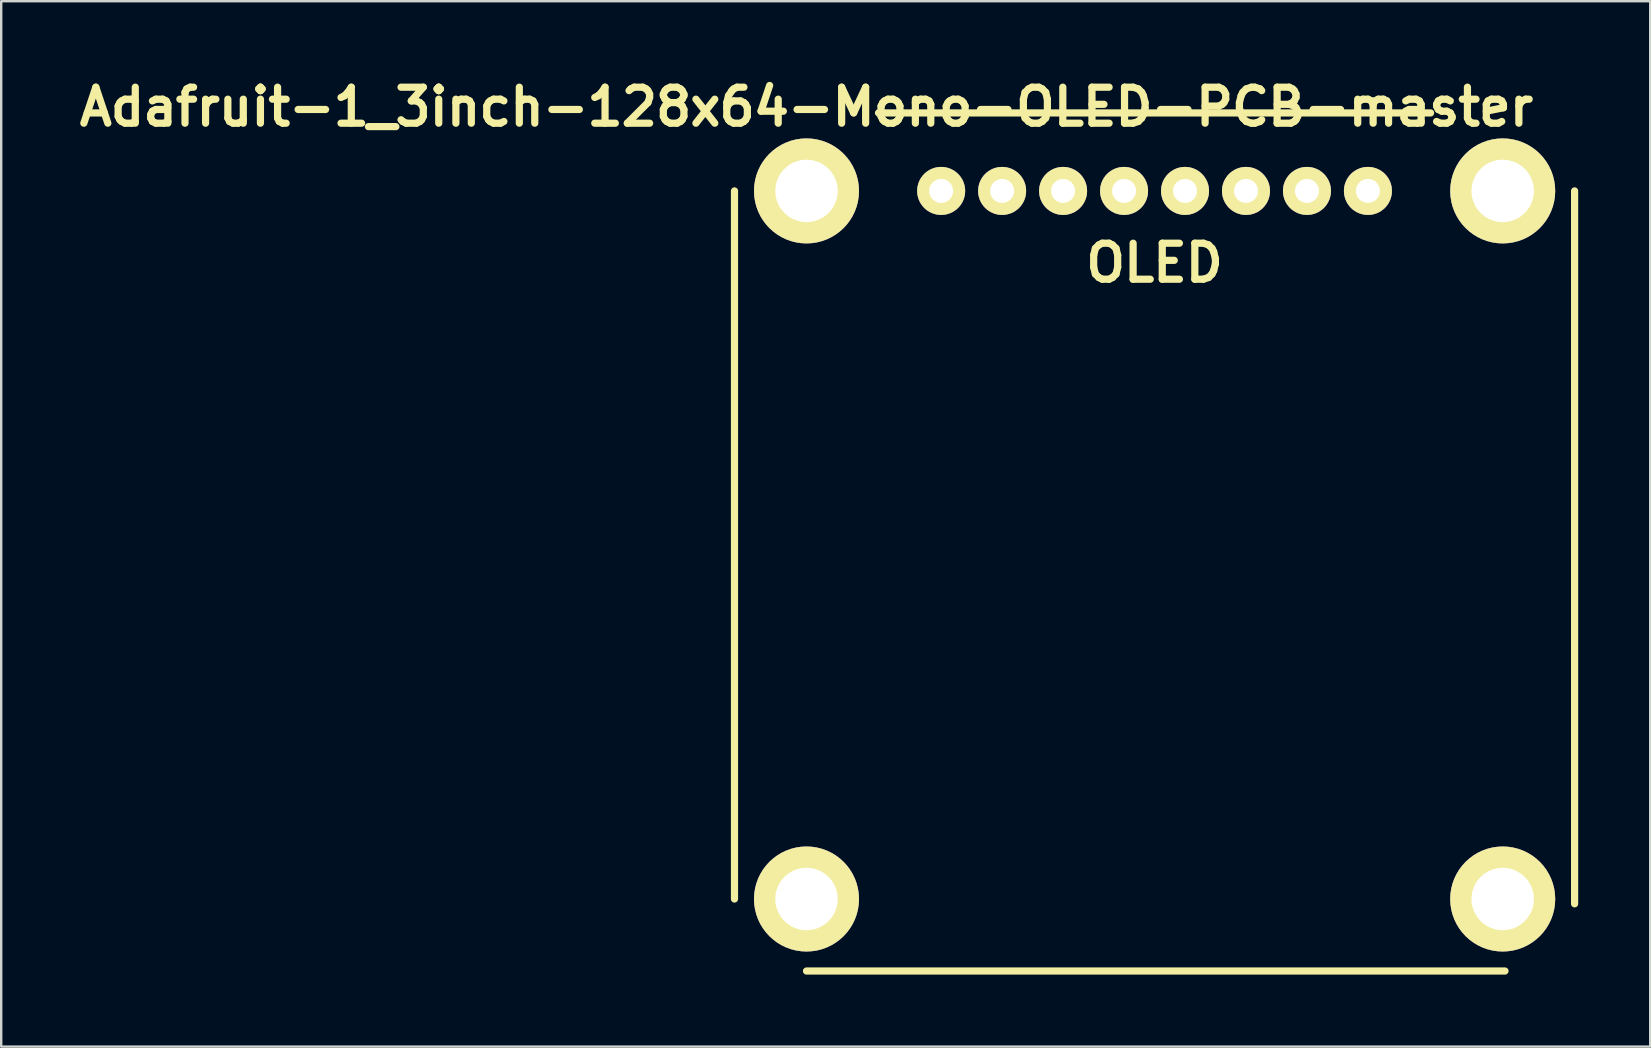
<source format=kicad_pcb>
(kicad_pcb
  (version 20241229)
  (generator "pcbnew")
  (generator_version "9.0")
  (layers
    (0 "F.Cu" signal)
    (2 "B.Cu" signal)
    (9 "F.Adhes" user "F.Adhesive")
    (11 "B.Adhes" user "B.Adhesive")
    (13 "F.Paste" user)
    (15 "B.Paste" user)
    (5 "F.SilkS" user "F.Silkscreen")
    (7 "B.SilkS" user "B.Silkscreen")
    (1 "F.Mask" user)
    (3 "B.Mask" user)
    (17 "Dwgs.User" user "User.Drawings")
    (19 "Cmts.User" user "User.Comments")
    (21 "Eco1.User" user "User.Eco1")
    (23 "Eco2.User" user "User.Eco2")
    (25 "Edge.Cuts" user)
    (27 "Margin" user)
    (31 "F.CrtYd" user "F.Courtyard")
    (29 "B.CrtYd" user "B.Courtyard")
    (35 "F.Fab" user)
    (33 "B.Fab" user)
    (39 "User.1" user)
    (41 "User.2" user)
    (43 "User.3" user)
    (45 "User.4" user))
  (footprint "Adafruit-1_3inch-128x64-Mono-OLED-PCB-master"
    (layer "F.Cu")
    (at 30.55 4.904)
    (property "Reference" "Adafruit-1_3inch-128x64-Mono-OLED-PCB-master" (at 0 -3.5 0) (layer "F.SilkS") (effects (font (size 1.5 1.5) (thickness 0.3))))
    (attr through_hole)
    (fp_line (start -3 0) (end -3 29.5) (stroke (width 0.3) (type solid)) (layer "F.SilkS"))
    (fp_line (start 0 32.5) (end 29.1 32.5) (stroke (width 0.3) (type solid)) (layer "F.SilkS"))
    (fp_line (start 3 -3.25) (end 26 -3.25) (stroke (width 0.3) (type solid)) (layer "F.SilkS"))
    (fp_line (start 32 0) (end 32 29.7) (stroke (width 0.3) (type solid)) (layer "F.SilkS"))
    (fp_text user "OLED" (at 14.5 3 0) (layer "F.SilkS") (effects (font (size 1.5 1.5) (thickness 0.3))))
    (pad "" thru_hole circle (at 0 0) (size 4.375 4.375) (drill 2.6) (layers "*.Cu" "*.Mask" "F.SilkS"))
    (pad "" thru_hole circle (at 0 29.5) (size 4.375 4.375) (drill 2.6) (layers "*.Cu" "*.Mask" "F.SilkS"))
    (pad "" thru_hole circle (at 29.005 0) (size 4.375 4.375) (drill 2.6) (layers "*.Cu" "*.Mask" "F.SilkS"))
    (pad "" thru_hole circle (at 29.005 29.5) (size 4.375 4.375) (drill 2.6) (layers "*.Cu" "*.Mask" "F.SilkS"))
    (pad "1" thru_hole circle (at 5.61 0) (size 2 2) (drill 1) (layers "*.Cu" "*.Mask" "F.SilkS"))
    (pad "2" thru_hole circle (at 8.15 0) (size 2 2) (drill 1) (layers "*.Cu" "*.Mask" "F.SilkS"))
    (pad "3" thru_hole circle (at 10.69 0) (size 2 2) (drill 1) (layers "*.Cu" "*.Mask" "F.SilkS"))
    (pad "4" thru_hole circle (at 13.23 0) (size 2 2) (drill 1) (layers "*.Cu" "*.Mask" "F.SilkS"))
    (pad "5" thru_hole circle (at 15.77 0) (size 2 2) (drill 1) (layers "*.Cu" "*.Mask" "F.SilkS"))
    (pad "6" thru_hole circle (at 18.31 0) (size 2 2) (drill 1) (layers "*.Cu" "*.Mask" "F.SilkS"))
    (pad "7" thru_hole circle (at 20.85 0) (size 2 2) (drill 1) (layers "*.Cu" "*.Mask" "F.SilkS"))
    (pad "8" thru_hole circle (at 23.39 0) (size 2 2) (drill 1) (layers "*.Cu" "*.Mask" "F.SilkS")))
  (gr_rect
    (start -3 -3)
    (end 65.7 40.554)
    (stroke (width 0.1) (type default))
    (fill no)
    (layer "Edge.Cuts")))
</source>
